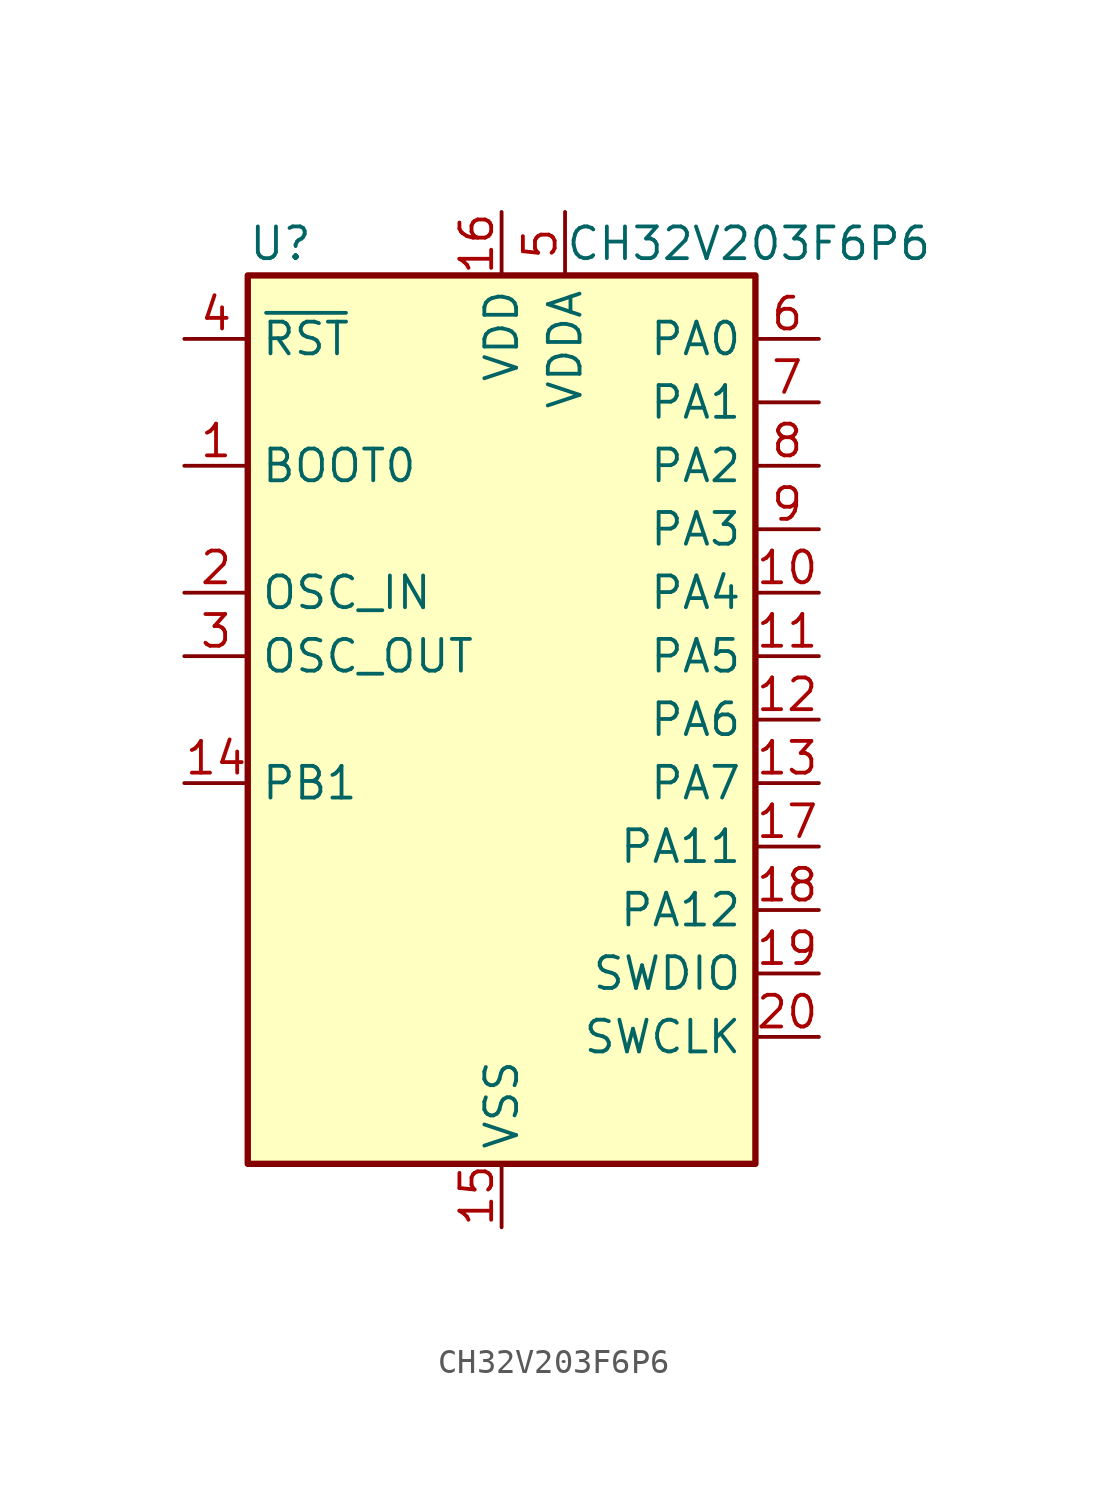
<source format=kicad_sym>
(kicad_symbol_lib
  (version 20231120)
  (generator "kicad_symbol_editor")
  (generator_version "8.0")
  (symbol "CH32V203F6P6"
    (property "Reference" "U"
      (at -10.16 19.05 0)
      (effects (font (size 1.27 1.27)) (justify left)))
    (property "Value" "CH32V203F6P6"
      (at 2.54 19.05 0)
      (effects (font (size 1.27 1.27)) (justify left)))
    (symbol "CH32V203F6P6_0_1"
      (rectangle (start -10.16 -17.78) (end 10.16 17.78) (stroke (width 0.254) (type default)) (fill (type background))))
    (symbol "CH32V203F6P6_1_1"
      (pin bidirectional line (at -12.7 10.16 0) (length 2.54) (name "BOOT0" (effects (font (size 1.27 1.27)))) (number "1" (effects (font (size 1.27 1.27)))) (alternate "CAN1_RX_2" bidirectional line) (alternate "I2C1_SCL_1" bidirectional line) (alternate "PB8" bidirectional line))
      (pin bidirectional line (at 12.7 5.08 180) (length 2.54) (name "PA4" (effects (font (size 1.27 1.27)))) (number "10" (effects (font (size 1.27 1.27)))) (alternate "ADC_IN4" input line) (alternate "OPA2_OUT1" output line) (alternate "SPI1_NSS" bidirectional line) (alternate "USART2_CK" bidirectional line))
      (pin bidirectional line (at 12.7 2.54 180) (length 2.54) (name "PA5" (effects (font (size 1.27 1.27)))) (number "11" (effects (font (size 1.27 1.27)))) (alternate "ADC_IN5" input line) (alternate "OPA2_CH1N" bidirectional line) (alternate "SPI1_SCK" input line))
      (pin bidirectional line (at 12.7 0 180) (length 2.54) (name "PA6" (effects (font (size 1.27 1.27)))) (number "12" (effects (font (size 1.27 1.27)))) (alternate "ADC_IN6" input line) (alternate "OPA1_CH1N" bidirectional line) (alternate "SPI1_MISO" output line) (alternate "TIM1_BKIN_1" bidirectional line) (alternate "TIM3_CH1" bidirectional line))
      (pin bidirectional line (at 12.7 -2.54 180) (length 2.54) (name "PA7" (effects (font (size 1.27 1.27)))) (number "13" (effects (font (size 1.27 1.27)))) (alternate "ADC_IN7" input line) (alternate "OPA2_CH1P" bidirectional line) (alternate "SPI1_MOSI" input line) (alternate "TIM1_CH1N_1" bidirectional line) (alternate "TIM3_CH2" bidirectional line))
      (pin bidirectional line (at -12.7 -2.54 0) (length 2.54) (name "PB1" (effects (font (size 1.27 1.27)))) (number "14" (effects (font (size 1.27 1.27)))) (alternate "ADC_IN9" input line) (alternate "OPA1_OUT1" output line) (alternate "TIM1_CH3N_1" bidirectional line) (alternate "TIM3_CH4" output line) (alternate "TIM3_CH4_2" bidirectional line))
      (pin power_in line (at 0 -20.32 90) (length 2.54) (name "VSS" (effects (font (size 1.27 1.27)))) (number "15" (effects (font (size 1.27 1.27)))))
      (pin power_in line (at 0 20.32 270) (length 2.54) (name "VDD" (effects (font (size 1.27 1.27)))) (number "16" (effects (font (size 1.27 1.27)))))
      (pin bidirectional line (at 12.7 -5.08 180) (length 2.54) (name "PA11" (effects (font (size 1.27 1.27)))) (number "17" (effects (font (size 1.27 1.27)))) (alternate "CAN1_RX" input line) (alternate "TIM1_CH4" bidirectional line) (alternate "TIM1_CH4_1" bidirectional line) (alternate "USART1_CTS" bidirectional line) (alternate "USART1_CTS_1" bidirectional line) (alternate "USBDM" bidirectional line))
      (pin bidirectional line (at 12.7 -7.62 180) (length 2.54) (name "PA12" (effects (font (size 1.27 1.27)))) (number "18" (effects (font (size 1.27 1.27)))) (alternate "CAN1_TX" output line) (alternate "TIM1_ETR" bidirectional line) (alternate "TIM1_ETR_1" bidirectional line) (alternate "USART1_RTS" bidirectional line) (alternate "USART1_RTS_1" bidirectional line) (alternate "USBDP" bidirectional line))
      (pin bidirectional line (at 12.7 -10.16 180) (length 2.54) (name "SWDIO" (effects (font (size 1.27 1.27)))) (number "19" (effects (font (size 1.27 1.27)))) (alternate "PA13" bidirectional line))
      (pin bidirectional line (at -12.7 5.08 0) (length 2.54) (name "OSC_IN" (effects (font (size 1.27 1.27)))) (number "2" (effects (font (size 1.27 1.27)))) (alternate "PD0" bidirectional line))
      (pin bidirectional line (at 12.7 -12.7 180) (length 2.54) (name "SWCLK" (effects (font (size 1.27 1.27)))) (number "20" (effects (font (size 1.27 1.27)))) (alternate "PA14" bidirectional line))
      (pin bidirectional line (at -12.7 2.54 0) (length 2.54) (name "OSC_OUT" (effects (font (size 1.27 1.27)))) (number "3" (effects (font (size 1.27 1.27)))) (alternate "PD1" bidirectional line))
      (pin input line (at -12.7 15.24 0) (length 2.54) (name "~{RST}" (effects (font (size 1.27 1.27)))) (number "4" (effects (font (size 1.27 1.27)))))
      (pin power_in line (at 2.54 20.32 270) (length 2.54) (name "VDDA" (effects (font (size 1.27 1.27)))) (number "5" (effects (font (size 1.27 1.27)))))
      (pin bidirectional line (at 12.7 15.24 180) (length 2.54) (name "PA0" (effects (font (size 1.27 1.27)))) (number "6" (effects (font (size 1.27 1.27)))) (alternate "ADC_IN0" bidirectional line) (alternate "TIM2_CH1" passive line) (alternate "TIM2_CH1_2" bidirectional line) (alternate "TIM2_ETR" passive line) (alternate "TIM2_ETR_2" bidirectional line) (alternate "USART2_CTS" bidirectional line) (alternate "WKUP" input line))
      (pin bidirectional line (at 12.7 12.7 180) (length 2.54) (name "PA1" (effects (font (size 1.27 1.27)))) (number "7" (effects (font (size 1.27 1.27)))) (alternate "ADC_IN1" passive line) (alternate "TIM2_CH2" bidirectional line) (alternate "TIM2_CH2_2" bidirectional line) (alternate "USART2_RTS" bidirectional line))
      (pin bidirectional line (at 12.7 10.16 180) (length 2.54) (name "PA2" (effects (font (size 1.27 1.27)))) (number "8" (effects (font (size 1.27 1.27)))) (alternate "ADC_IN2" input line) (alternate "OPA2_OUT0" bidirectional line) (alternate "TIM2_CH3" bidirectional line) (alternate "TIM2_CH3_1" bidirectional line) (alternate "USART2_TX" output line))
      (pin bidirectional line (at 12.7 7.62 180) (length 2.54) (name "PA3" (effects (font (size 1.27 1.27)))) (number "9" (effects (font (size 1.27 1.27)))) (alternate "ADC_IN3" input line) (alternate "OPA1_OUT0" output line) (alternate "TIM2_CH4" bidirectional line) (alternate "TIM2_CH4_1" bidirectional line) (alternate "USART2_RX" input line)))))
</source>
